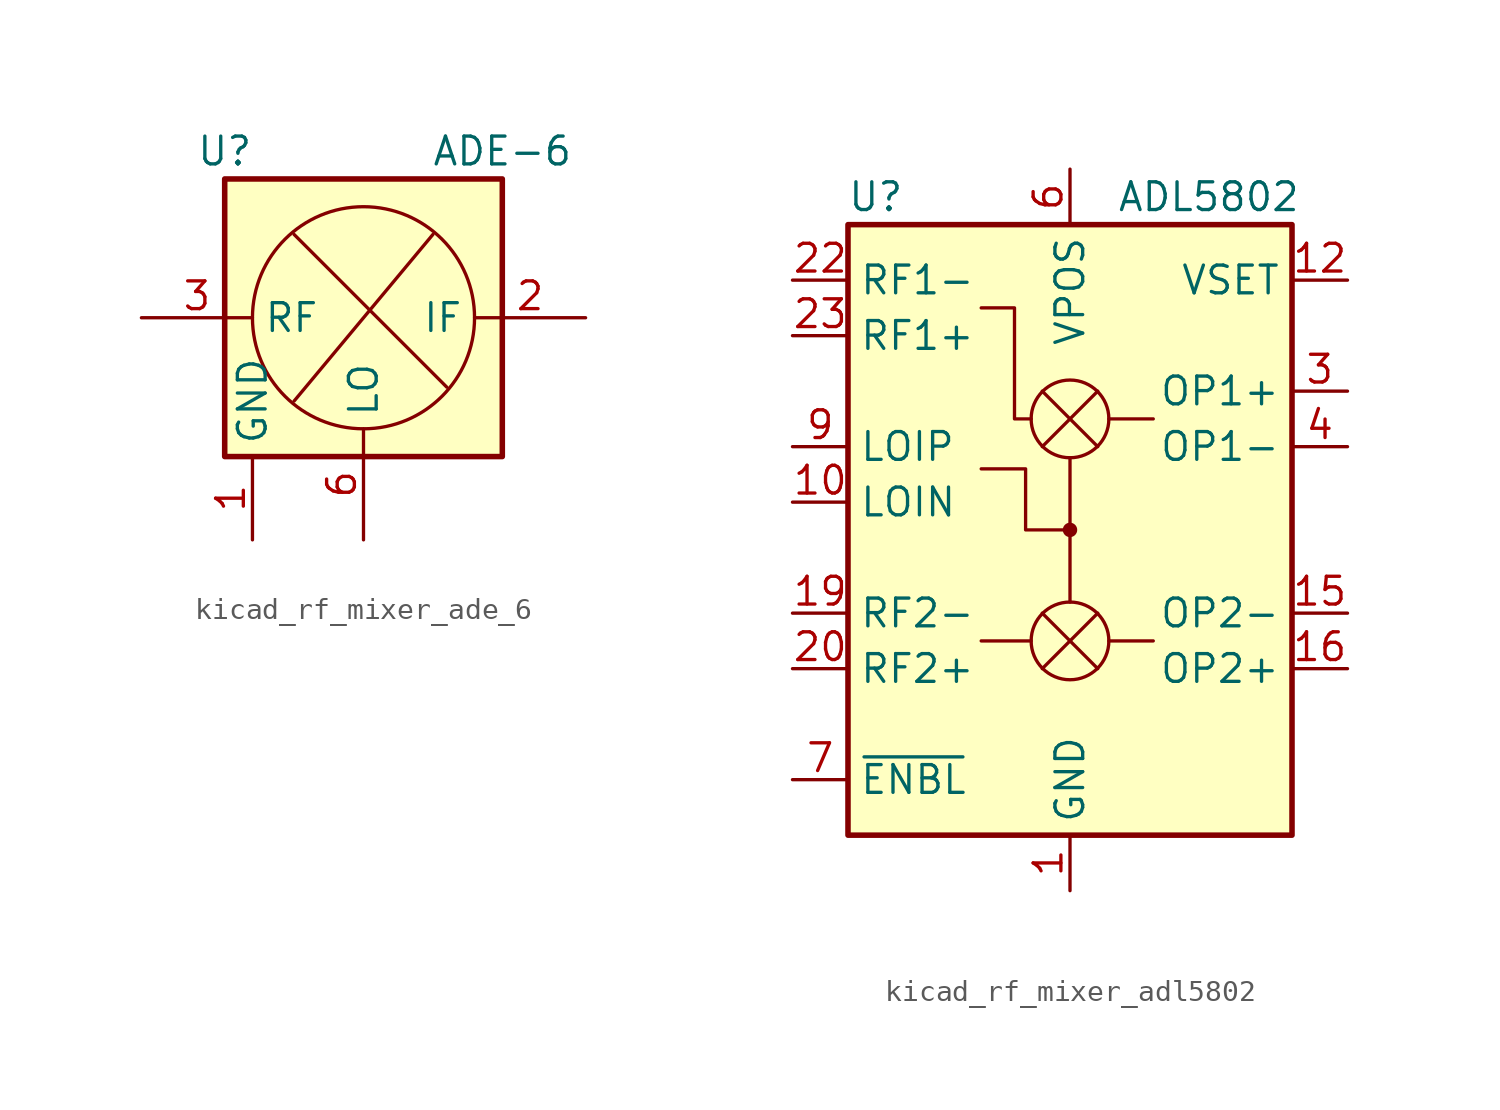
<source format=kicad_sym>
(kicad_symbol_lib
  (version 20220914)
  (generator kicad_symbol_editor)
  (symbol "kicad_rf_mixer_ade_6"
    (property "Reference" "U"
      (at -6.35 7.62 0)
      (effects (font (size 1.27 1.27))))
    (property "Value" "ADE-6"
      (at 6.35 7.62 0)
      (effects (font (size 1.27 1.27))))
    (symbol "kicad_rf_mixer_ade_6_0_1"
      (rectangle (start -6.35 6.35) (end 6.35 -6.35) (stroke (width 0.254) (type default)) (fill (type background)))
      (polyline (pts (xy -3.175 -3.81) (xy 3.175 3.81)) (stroke (width 0) (type default)) (fill (type none)))
      (polyline (pts (xy 3.81 -3.175) (xy -3.175 3.81)) (stroke (width 0) (type default)) (fill (type none)))
      (circle (center 0 0) (radius 5.08) (stroke (width 0) (type default)) (fill (type none))))
    (symbol "kicad_rf_mixer_ade_6_1_1"
      (pin power_in line (at -5.08 -10.16 90) (length 3.81) (name "GND" (effects (font (size 1.27 1.27)))) (number "1" (effects (font (size 1.27 1.27)))))
      (pin output line (at 10.16 0 180) (length 5.08) (name "IF" (effects (font (size 1.27 1.27)))) (number "2" (effects (font (size 1.27 1.27)))))
      (pin input line (at -10.16 0 0) (length 5.08) (name "RF" (effects (font (size 1.27 1.27)))) (number "3" (effects (font (size 1.27 1.27)))))
      (pin passive line (at -5.08 -10.16 90) (length 3.81) hide (name "GND" (effects (font (size 1.27 1.27)))) (number "4" (effects (font (size 1.27 1.27)))))
      (pin passive line (at -5.08 -10.16 90) (length 3.81) hide (name "GND" (effects (font (size 1.27 1.27)))) (number "5" (effects (font (size 1.27 1.27)))))
      (pin input line (at 0 -10.16 90) (length 5.08) (name "LO" (effects (font (size 1.27 1.27)))) (number "6" (effects (font (size 1.27 1.27)))))))
  (symbol "kicad_rf_mixer_adl5802"
    (property "Reference" "U"
      (at -8.89 16.51 0)
      (effects (font (size 1.27 1.27))))
    (property "Value" "ADL5802"
      (at 6.35 16.51 0)
      (effects (font (size 1.27 1.27))))
    (symbol "kicad_rf_mixer_adl5802_0_1"
      (rectangle (start -10.16 15.24) (end 10.16 -12.7) (stroke (width 0.254) (type default)) (fill (type background)))
      (polyline (pts (xy -1.778 -3.81) (xy -4.064 -3.81)) (stroke (width 0) (type default)) (fill (type none)))
      (polyline (pts (xy 0 4.572) (xy 0 -2.032)) (stroke (width 0) (type default)) (fill (type none)))
      (polyline (pts (xy -1.778 6.35) (xy -2.54 6.35) (xy -2.54 11.43) (xy -4.064 11.43)) (stroke (width 0) (type default)) (fill (type none)))
      (polyline (pts (xy 0 1.27) (xy -2.032 1.27) (xy -2.032 4.064) (xy -3.048 4.064) (xy -4.064 4.064)) (stroke (width 0) (type default)) (fill (type none)))
      (circle (center 0 1.27) (radius 0.254) (stroke (width 0) (type default)) (fill (type outline))))
    (symbol "kicad_rf_mixer_adl5802_1_1"
      (circle (center 0 -3.81) (radius 1.778) (stroke (width 0) (type default)) (fill (type none)))
      (polyline (pts (xy -1.27 -5.08) (xy 1.27 -2.54)) (stroke (width 0) (type default)) (fill (type none)))
      (polyline (pts (xy -1.27 -2.54) (xy 1.27 -5.08)) (stroke (width 0) (type default)) (fill (type none)))
      (polyline (pts (xy -1.27 5.08) (xy 1.27 7.62)) (stroke (width 0) (type default)) (fill (type none)))
      (polyline (pts (xy -1.27 7.62) (xy 1.27 5.08)) (stroke (width 0) (type default)) (fill (type none)))
      (circle (center 0 6.35) (radius 1.778) (stroke (width 0) (type default)) (fill (type none)))
      (rectangle (start 3.81 -3.81) (end 1.778 -3.81) (stroke (width 0) (type default)) (fill (type none)))
      (rectangle (start 3.81 6.35) (end 1.778 6.35) (stroke (width 0) (type default)) (fill (type none)))
      (pin power_in line (at 0 -15.24 90) (length 2.54) (name "GND" (effects (font (size 1.27 1.27)))) (number "1" (effects (font (size 1.27 1.27)))))
      (pin input line (at -12.7 2.54 0) (length 2.54) (name "LOIN" (effects (font (size 1.27 1.27)))) (number "10" (effects (font (size 1.27 1.27)))))
      (pin passive line (at 0 -15.24 90) (length 2.54) hide (name "GND" (effects (font (size 1.27 1.27)))) (number "11" (effects (font (size 1.27 1.27)))))
      (pin input line (at 12.7 12.7 180) (length 2.54) (name "VSET" (effects (font (size 1.27 1.27)))) (number "12" (effects (font (size 1.27 1.27)))))
      (pin passive line (at 0 17.78 270) (length 2.54) hide (name "VPOS" (effects (font (size 1.27 1.27)))) (number "13" (effects (font (size 1.27 1.27)))))
      (pin passive line (at 0 -15.24 90) (length 2.54) hide (name "GND" (effects (font (size 1.27 1.27)))) (number "14" (effects (font (size 1.27 1.27)))))
      (pin output line (at 12.7 -2.54 180) (length 2.54) (name "OP2-" (effects (font (size 1.27 1.27)))) (number "15" (effects (font (size 1.27 1.27)))))
      (pin output line (at 12.7 -5.08 180) (length 2.54) (name "OP2+" (effects (font (size 1.27 1.27)))) (number "16" (effects (font (size 1.27 1.27)))))
      (pin passive line (at 0 -15.24 90) (length 2.54) hide (name "GND" (effects (font (size 1.27 1.27)))) (number "17" (effects (font (size 1.27 1.27)))))
      (pin passive line (at 0 -15.24 90) (length 2.54) hide (name "GND" (effects (font (size 1.27 1.27)))) (number "18" (effects (font (size 1.27 1.27)))))
      (pin input line (at -12.7 -2.54 0) (length 2.54) (name "RF2-" (effects (font (size 1.27 1.27)))) (number "19" (effects (font (size 1.27 1.27)))))
      (pin passive line (at 0 -15.24 90) (length 2.54) hide (name "GND" (effects (font (size 1.27 1.27)))) (number "2" (effects (font (size 1.27 1.27)))))
      (pin input line (at -12.7 -5.08 0) (length 2.54) (name "RF2+" (effects (font (size 1.27 1.27)))) (number "20" (effects (font (size 1.27 1.27)))))
      (pin passive line (at 0 -15.24 90) (length 2.54) hide (name "GND" (effects (font (size 1.27 1.27)))) (number "21" (effects (font (size 1.27 1.27)))))
      (pin input line (at -12.7 12.7 0) (length 2.54) (name "RF1-" (effects (font (size 1.27 1.27)))) (number "22" (effects (font (size 1.27 1.27)))))
      (pin input line (at -12.7 10.16 0) (length 2.54) (name "RF1+" (effects (font (size 1.27 1.27)))) (number "23" (effects (font (size 1.27 1.27)))))
      (pin passive line (at 0 17.78 270) (length 2.54) hide (name "VPOS" (effects (font (size 1.27 1.27)))) (number "24" (effects (font (size 1.27 1.27)))))
      (pin passive line (at 0 -15.24 90) (length 2.54) hide (name "GND" (effects (font (size 1.27 1.27)))) (number "25" (effects (font (size 1.27 1.27)))))
      (pin output line (at 12.7 7.62 180) (length 2.54) (name "OP1+" (effects (font (size 1.27 1.27)))) (number "3" (effects (font (size 1.27 1.27)))))
      (pin output line (at 12.7 5.08 180) (length 2.54) (name "OP1-" (effects (font (size 1.27 1.27)))) (number "4" (effects (font (size 1.27 1.27)))))
      (pin passive line (at 0 -15.24 90) (length 2.54) hide (name "GND" (effects (font (size 1.27 1.27)))) (number "5" (effects (font (size 1.27 1.27)))))
      (pin power_in line (at 0 17.78 270) (length 2.54) (name "VPOS" (effects (font (size 1.27 1.27)))) (number "6" (effects (font (size 1.27 1.27)))))
      (pin input line (at -12.7 -10.16 0) (length 2.54) (name "~{ENBL}" (effects (font (size 1.27 1.27)))) (number "7" (effects (font (size 1.27 1.27)))))
      (pin passive line (at 0 -15.24 90) (length 2.54) hide (name "GND" (effects (font (size 1.27 1.27)))) (number "8" (effects (font (size 1.27 1.27)))))
      (pin input line (at -12.7 5.08 0) (length 2.54) (name "LOIP" (effects (font (size 1.27 1.27)))) (number "9" (effects (font (size 1.27 1.27))))))))
</source>
